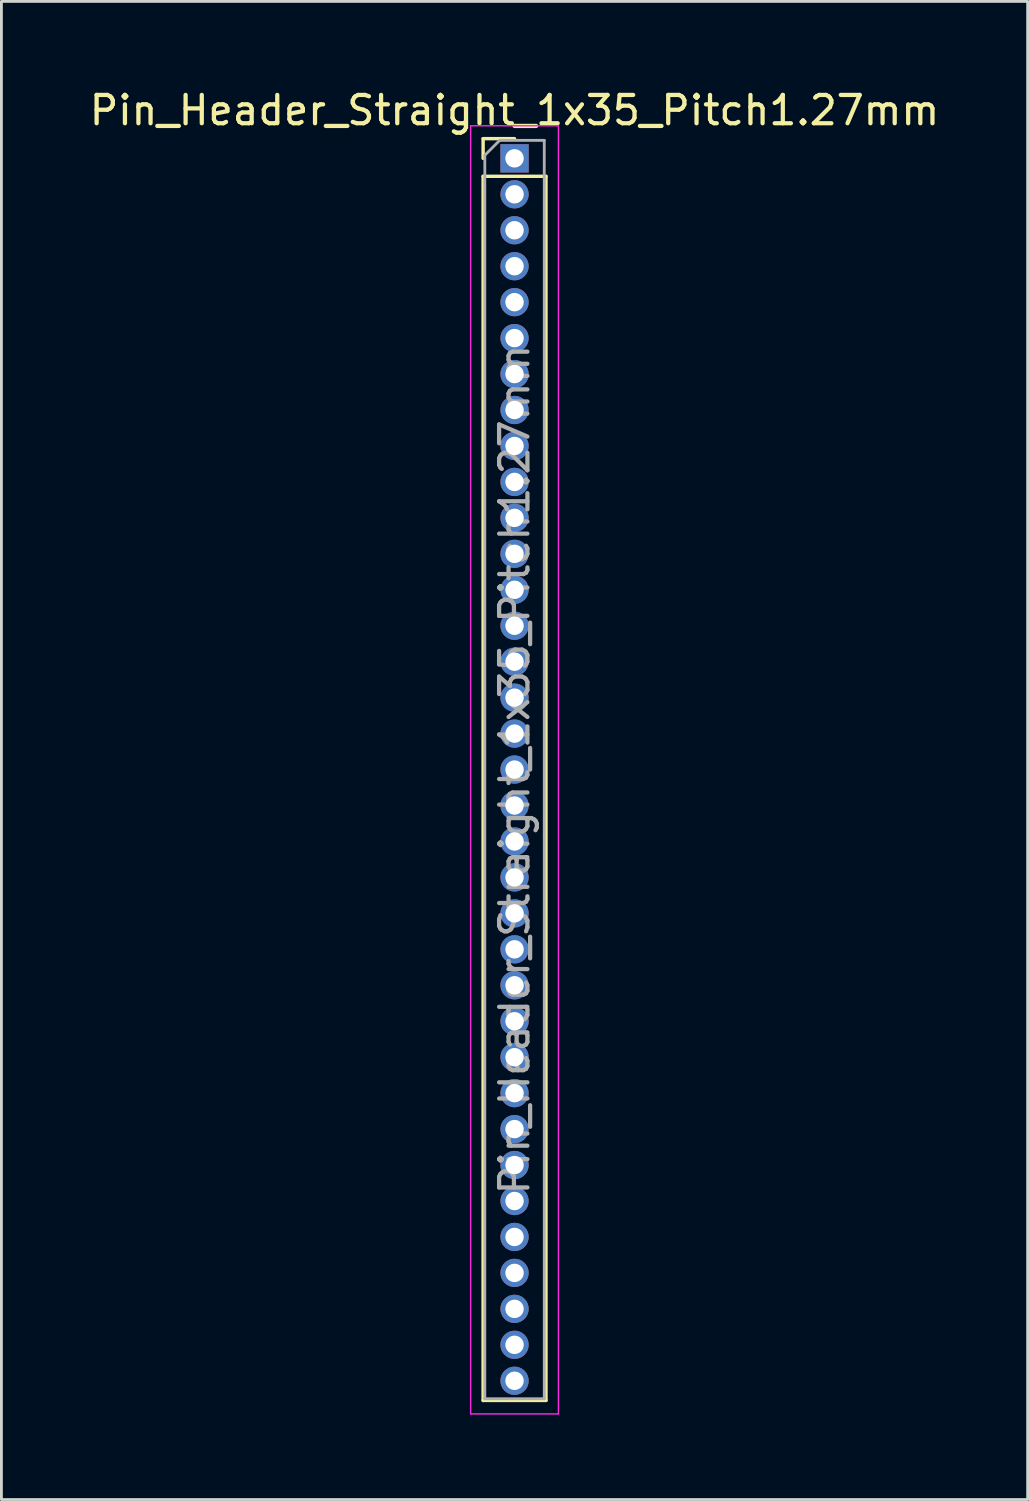
<source format=kicad_pcb>
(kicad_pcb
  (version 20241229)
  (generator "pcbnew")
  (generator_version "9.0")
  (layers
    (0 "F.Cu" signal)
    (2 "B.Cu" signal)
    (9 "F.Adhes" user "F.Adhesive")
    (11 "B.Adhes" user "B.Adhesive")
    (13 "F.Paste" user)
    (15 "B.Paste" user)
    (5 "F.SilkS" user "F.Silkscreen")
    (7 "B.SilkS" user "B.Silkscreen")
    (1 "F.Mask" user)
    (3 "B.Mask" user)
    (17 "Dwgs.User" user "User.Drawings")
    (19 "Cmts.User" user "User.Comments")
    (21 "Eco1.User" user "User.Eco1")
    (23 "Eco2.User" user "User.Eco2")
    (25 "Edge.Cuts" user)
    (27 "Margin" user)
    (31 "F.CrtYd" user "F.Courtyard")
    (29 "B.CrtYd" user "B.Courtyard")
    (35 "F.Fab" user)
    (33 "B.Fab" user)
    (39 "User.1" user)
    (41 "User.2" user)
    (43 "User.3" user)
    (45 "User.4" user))
  (footprint "Pin_Header_Straight_1x35_Pitch1.27mm"
    (layer "F.Cu")
    (at 15.125 2.543)
    (property "Reference" "Pin_Header_Straight_1x35_Pitch1.27mm" (at 0 -1.695 0) (layer "F.SilkS") (effects (font (size 1 1) (thickness 0.15))))
    (attr through_hole)
    (fp_line (start -1.11 -0.695) (end 0 -0.695) (stroke (width 0.12) (type solid)) (layer "F.SilkS"))
    (fp_line (start -1.11 0) (end -1.11 -0.695) (stroke (width 0.12) (type solid)) (layer "F.SilkS"))
    (fp_line (start -1.11 0.635) (end -1.11 43.875) (stroke (width 0.12) (type solid)) (layer "F.SilkS"))
    (fp_line (start -1.11 43.875) (end 1.11 43.875) (stroke (width 0.12) (type solid)) (layer "F.SilkS"))
    (fp_line (start 1.11 0.635) (end -1.11 0.635) (stroke (width 0.12) (type solid)) (layer "F.SilkS"))
    (fp_line (start 1.11 43.875) (end 1.11 0.635) (stroke (width 0.12) (type solid)) (layer "F.SilkS"))
    (fp_line (start -1.55 -1.15) (end -1.55 44.35) (stroke (width 0.05) (type solid)) (layer "F.CrtYd"))
    (fp_line (start -1.55 44.35) (end 1.55 44.35) (stroke (width 0.05) (type solid)) (layer "F.CrtYd"))
    (fp_line (start 1.55 -1.15) (end -1.55 -1.15) (stroke (width 0.05) (type solid)) (layer "F.CrtYd"))
    (fp_line (start 1.55 44.35) (end 1.55 -1.15) (stroke (width 0.05) (type solid)) (layer "F.CrtYd"))
    (fp_line (start -1.05 -0.11) (end -0.525 -0.635) (stroke (width 0.1) (type solid)) (layer "F.Fab"))
    (fp_line (start -1.05 43.815) (end -1.05 -0.11) (stroke (width 0.1) (type solid)) (layer "F.Fab"))
    (fp_line (start -0.525 -0.635) (end 1.05 -0.635) (stroke (width 0.1) (type solid)) (layer "F.Fab"))
    (fp_line (start 1.05 -0.635) (end 1.05 43.815) (stroke (width 0.1) (type solid)) (layer "F.Fab"))
    (fp_line (start 1.05 43.815) (end -1.05 43.815) (stroke (width 0.1) (type solid)) (layer "F.Fab"))
    (fp_text user "${REFERENCE}" (at 0 21.59 90) (layer "F.Fab") (effects (font (size 1 1) (thickness 0.15))))
    (pad "1" thru_hole rect (at 0 0) (size 1 1) (drill 0.65) (layers "*.Cu" "*.Mask"))
    (pad "2" thru_hole oval (at 0 1.27) (size 1 1) (drill 0.65) (layers "*.Cu" "*.Mask"))
    (pad "3" thru_hole oval (at 0 2.54) (size 1 1) (drill 0.65) (layers "*.Cu" "*.Mask"))
    (pad "4" thru_hole oval (at 0 3.81) (size 1 1) (drill 0.65) (layers "*.Cu" "*.Mask"))
    (pad "5" thru_hole oval (at 0 5.08) (size 1 1) (drill 0.65) (layers "*.Cu" "*.Mask"))
    (pad "6" thru_hole oval (at 0 6.35) (size 1 1) (drill 0.65) (layers "*.Cu" "*.Mask"))
    (pad "7" thru_hole oval (at 0 7.62) (size 1 1) (drill 0.65) (layers "*.Cu" "*.Mask"))
    (pad "8" thru_hole oval (at 0 8.89) (size 1 1) (drill 0.65) (layers "*.Cu" "*.Mask"))
    (pad "9" thru_hole oval (at 0 10.16) (size 1 1) (drill 0.65) (layers "*.Cu" "*.Mask"))
    (pad "10" thru_hole oval (at 0 11.43) (size 1 1) (drill 0.65) (layers "*.Cu" "*.Mask"))
    (pad "11" thru_hole oval (at 0 12.7) (size 1 1) (drill 0.65) (layers "*.Cu" "*.Mask"))
    (pad "12" thru_hole oval (at 0 13.97) (size 1 1) (drill 0.65) (layers "*.Cu" "*.Mask"))
    (pad "13" thru_hole oval (at 0 15.24) (size 1 1) (drill 0.65) (layers "*.Cu" "*.Mask"))
    (pad "14" thru_hole oval (at 0 16.51) (size 1 1) (drill 0.65) (layers "*.Cu" "*.Mask"))
    (pad "15" thru_hole oval (at 0 17.78) (size 1 1) (drill 0.65) (layers "*.Cu" "*.Mask"))
    (pad "16" thru_hole oval (at 0 19.05) (size 1 1) (drill 0.65) (layers "*.Cu" "*.Mask"))
    (pad "17" thru_hole oval (at 0 20.32) (size 1 1) (drill 0.65) (layers "*.Cu" "*.Mask"))
    (pad "18" thru_hole oval (at 0 21.59) (size 1 1) (drill 0.65) (layers "*.Cu" "*.Mask"))
    (pad "19" thru_hole oval (at 0 22.86) (size 1 1) (drill 0.65) (layers "*.Cu" "*.Mask"))
    (pad "20" thru_hole oval (at 0 24.13) (size 1 1) (drill 0.65) (layers "*.Cu" "*.Mask"))
    (pad "21" thru_hole oval (at 0 25.4) (size 1 1) (drill 0.65) (layers "*.Cu" "*.Mask"))
    (pad "22" thru_hole oval (at 0 26.67) (size 1 1) (drill 0.65) (layers "*.Cu" "*.Mask"))
    (pad "23" thru_hole oval (at 0 27.94) (size 1 1) (drill 0.65) (layers "*.Cu" "*.Mask"))
    (pad "24" thru_hole oval (at 0 29.21) (size 1 1) (drill 0.65) (layers "*.Cu" "*.Mask"))
    (pad "25" thru_hole oval (at 0 30.48) (size 1 1) (drill 0.65) (layers "*.Cu" "*.Mask"))
    (pad "26" thru_hole oval (at 0 31.75) (size 1 1) (drill 0.65) (layers "*.Cu" "*.Mask"))
    (pad "27" thru_hole oval (at 0 33.02) (size 1 1) (drill 0.65) (layers "*.Cu" "*.Mask"))
    (pad "28" thru_hole oval (at 0 34.29) (size 1 1) (drill 0.65) (layers "*.Cu" "*.Mask"))
    (pad "29" thru_hole oval (at 0 35.56) (size 1 1) (drill 0.65) (layers "*.Cu" "*.Mask"))
    (pad "30" thru_hole oval (at 0 36.83) (size 1 1) (drill 0.65) (layers "*.Cu" "*.Mask"))
    (pad "31" thru_hole oval (at 0 38.1) (size 1 1) (drill 0.65) (layers "*.Cu" "*.Mask"))
    (pad "32" thru_hole oval (at 0 39.37) (size 1 1) (drill 0.65) (layers "*.Cu" "*.Mask"))
    (pad "33" thru_hole oval (at 0 40.64) (size 1 1) (drill 0.65) (layers "*.Cu" "*.Mask"))
    (pad "34" thru_hole oval (at 0 41.91) (size 1 1) (drill 0.65) (layers "*.Cu" "*.Mask"))
    (pad "35" thru_hole oval (at 0 43.18) (size 1 1) (drill 0.65) (layers "*.Cu" "*.Mask")))
  (gr_rect
    (start -3 -3)
    (end 33.25 49.918)
    (stroke (width 0.1) (type default))
    (fill no)
    (layer "Edge.Cuts")))
</source>
